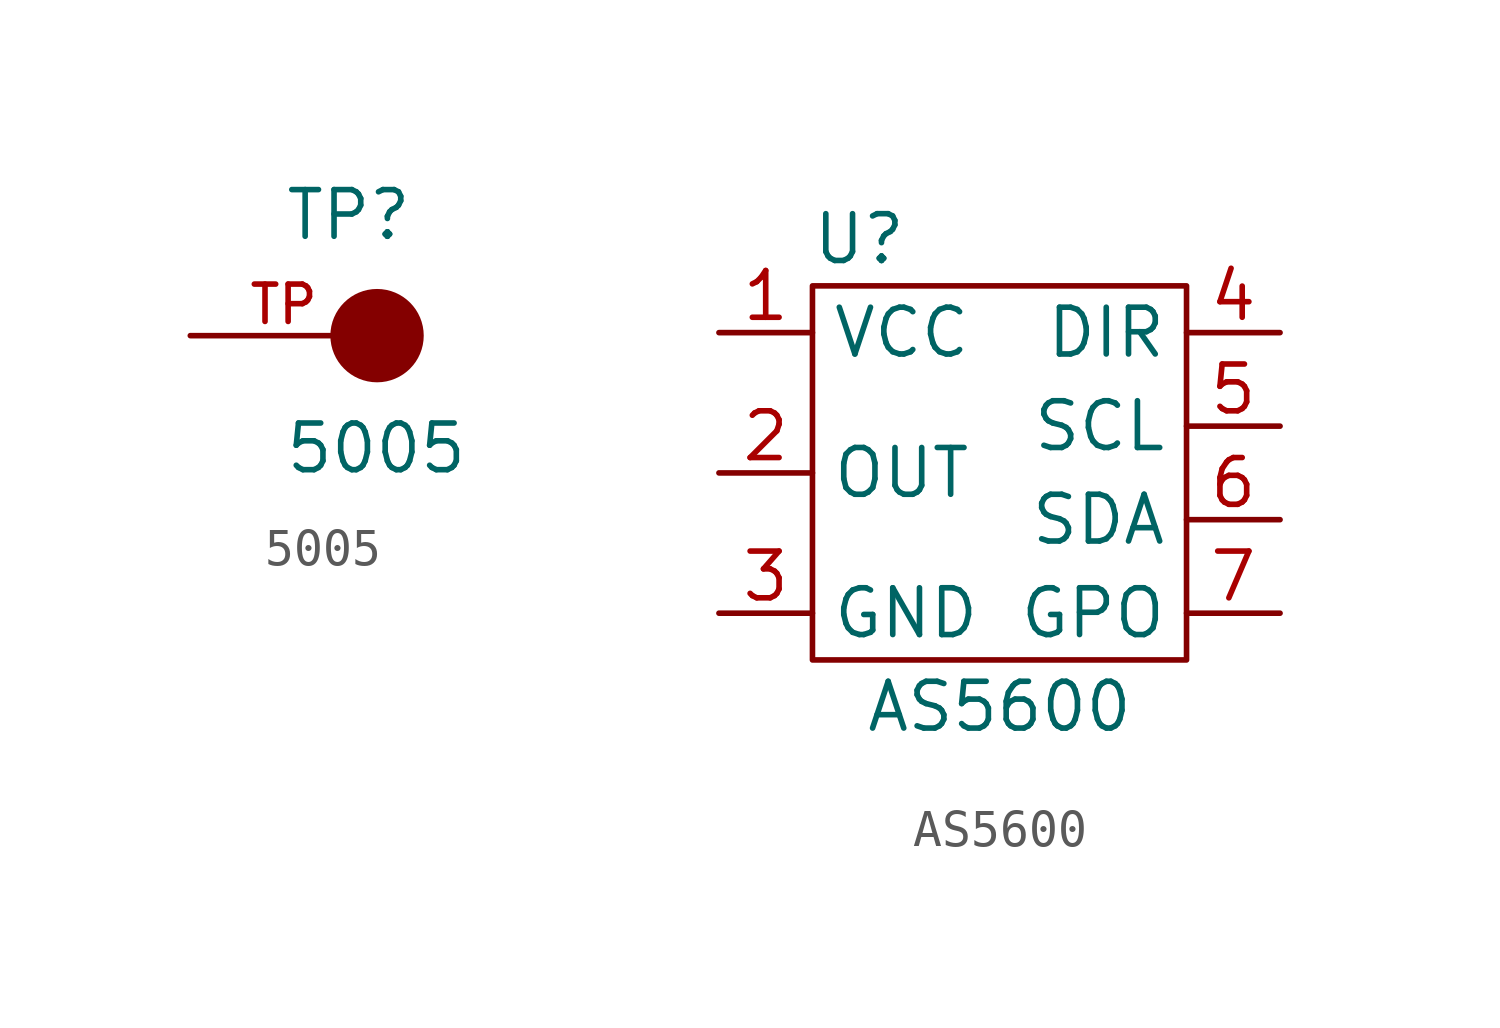
<source format=kicad_sym>
(kicad_symbol_lib
  (version 20211014)
  (generator kicad_symbol_editor)
  (symbol "5005"
    (pin_names
      (offset 1.016))
    (property "Reference" "TP"
      (at -2.54 2.54 0)
      (effects (font (size 1.27 1.27)) (justify left bottom)))
    (property "Value" "5005"
      (at -2.54 -3.81 0)
      (effects (font (size 1.27 1.27)) (justify left bottom)))
    (symbol "5005_0_0"
      (circle (center 0 0) (radius 0.635) (stroke (width 1.27) (type default) (color 0 0 0 0)) (fill (type none)))
      (pin passive line (at -5.08 0 0) (length 5.08) (name "~" (effects (font (size 1.016 1.016)))) (number "TP" (effects (font (size 1.016 1.016)))))))
  (symbol "AS5600"
    (property "Reference" "U"
      (at -3.81 6.35 0)
      (effects (font (size 1.27 1.27))))
    (property "Value" "AS5600"
      (at 0 -6.35 0)
      (effects (font (size 1.27 1.27))))
    (symbol "AS5600_0_1"
      (rectangle (start -5.08 5.08) (end 5.08 -5.08) (stroke (width 0) (type default) (color 0 0 0 0)) (fill (type none))))
    (symbol "AS5600_1_1"
      (pin input line (at -7.62 3.81 0) (length 2.54) (name "VCC" (effects (font (size 1.27 1.27)))) (number "1" (effects (font (size 1.27 1.27)))))
      (pin output line (at -7.62 0 0) (length 2.54) (name "OUT" (effects (font (size 1.27 1.27)))) (number "2" (effects (font (size 1.27 1.27)))))
      (pin passive line (at -7.62 -3.81 0) (length 2.54) (name "GND" (effects (font (size 1.27 1.27)))) (number "3" (effects (font (size 1.27 1.27)))))
      (pin output line (at 7.62 3.81 180) (length 2.54) (name "DIR" (effects (font (size 1.27 1.27)))) (number "4" (effects (font (size 1.27 1.27)))))
      (pin output line (at 7.62 1.27 180) (length 2.54) (name "SCL" (effects (font (size 1.27 1.27)))) (number "5" (effects (font (size 1.27 1.27)))))
      (pin output line (at 7.62 -1.27 180) (length 2.54) (name "SDA" (effects (font (size 1.27 1.27)))) (number "6" (effects (font (size 1.27 1.27)))))
      (pin output line (at 7.62 -3.81 180) (length 2.54) (name "GPO" (effects (font (size 1.27 1.27)))) (number "7" (effects (font (size 1.27 1.27))))))))
</source>
